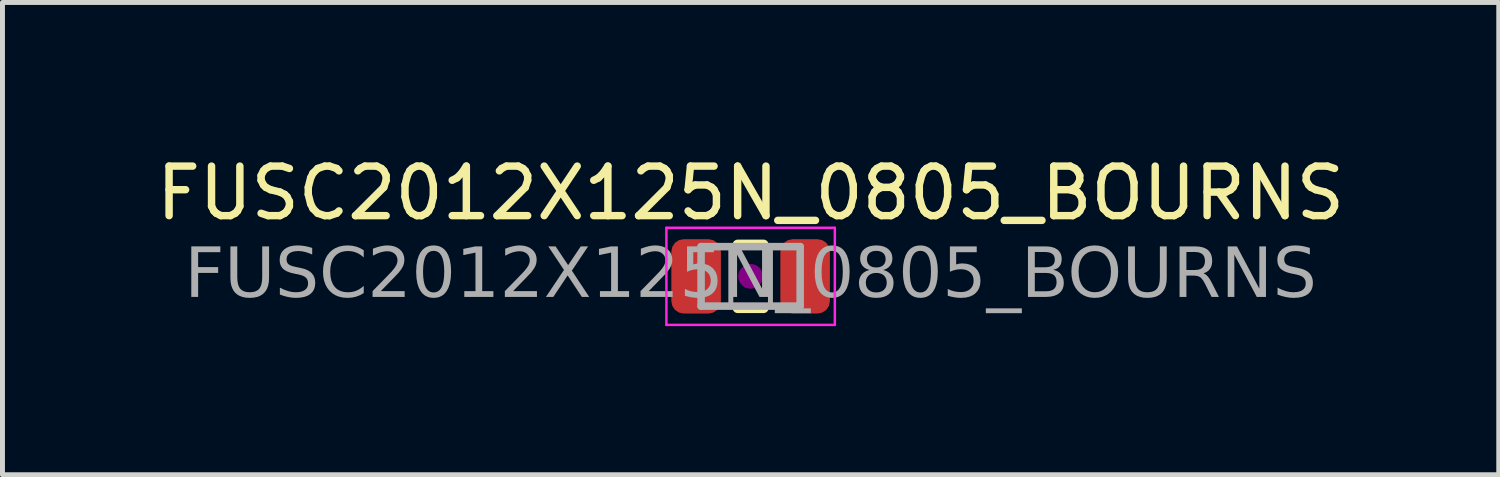
<source format=kicad_pcb>
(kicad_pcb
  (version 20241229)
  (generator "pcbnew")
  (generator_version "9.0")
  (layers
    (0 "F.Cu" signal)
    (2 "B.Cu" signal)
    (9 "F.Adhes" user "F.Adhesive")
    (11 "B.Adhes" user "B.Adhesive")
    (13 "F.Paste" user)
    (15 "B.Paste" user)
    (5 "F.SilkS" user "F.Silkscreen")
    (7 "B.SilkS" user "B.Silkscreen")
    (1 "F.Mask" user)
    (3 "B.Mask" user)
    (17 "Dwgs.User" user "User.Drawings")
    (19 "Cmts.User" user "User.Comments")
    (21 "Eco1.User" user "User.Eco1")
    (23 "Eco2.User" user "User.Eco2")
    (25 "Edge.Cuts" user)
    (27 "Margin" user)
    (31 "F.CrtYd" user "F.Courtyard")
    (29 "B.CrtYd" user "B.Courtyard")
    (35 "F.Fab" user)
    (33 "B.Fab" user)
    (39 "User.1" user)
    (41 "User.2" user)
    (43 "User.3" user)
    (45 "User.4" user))
  (footprint "FUSC2012X125N_0805_BOURNS"
    (layer "F.Cu")
    (at 12.101 2.528)
    (property "Reference" "FUSC2012X125N_0805_BOURNS" (at 0 -1.68 0) (layer "F.SilkS") (effects (font (size 1 1) (thickness 0.15))))
    (attr smd)
    (fp_line (start -0.261 -0.64) (end 0.261 -0.64) (stroke (width 0.203) (type solid)) (layer "F.SilkS"))
    (fp_line (start -0.261 0.64) (end 0.261 0.64) (stroke (width 0.203) (type solid)) (layer "F.SilkS"))
    (fp_circle (center 0 0) (end 0.25 0) (stroke (width 0) (type solid)) (fill yes) (layer "F.Adhes"))
    (fp_line (start -1.7 -0.98) (end 1.7 -0.98) (stroke (width 0.05) (type solid)) (layer "F.CrtYd"))
    (fp_line (start -1.7 0.98) (end -1.7 -0.98) (stroke (width 0.05) (type solid)) (layer "F.CrtYd"))
    (fp_line (start 1.7 -0.98) (end 1.7 0.98) (stroke (width 0.05) (type solid)) (layer "F.CrtYd"))
    (fp_line (start 1.7 0.98) (end -1.7 0.98) (stroke (width 0.05) (type solid)) (layer "F.CrtYd"))
    (fp_line (start -1 -0.6) (end 1 -0.6) (stroke (width 0.152) (type solid)) (layer "F.Fab"))
    (fp_line (start -1 0.6) (end -1 -0.6) (stroke (width 0.152) (type solid)) (layer "F.Fab"))
    (fp_line (start 1 -0.6) (end 1 0.6) (stroke (width 0.152) (type solid)) (layer "F.Fab"))
    (fp_line (start 1 0.6) (end -1 0.6) (stroke (width 0.152) (type solid)) (layer "F.Fab"))
    (fp_rect (start -1 -0.6) (end -0.4 0.6) (stroke (width 0.1) (type solid)) (fill no) (layer "F.Fab"))
    (fp_rect (start 0.4 -0.6) (end 1 0.6) (stroke (width 0.1) (type solid)) (fill no) (layer "F.Fab"))
    (fp_text user "${REFERENCE}" (at 0 0 0) (layer "F.Fab") (effects (font (face "Tahoma") (size 1 1) (thickness 0.15))))
    (pad "1" smd roundrect (at -1.1 0) (size 1 1.5) (layers "F.Cu" "F.Mask" "F.Paste") (roundrect_rratio 0.25))
    (pad "2" smd roundrect (at 1.1 0) (size 1 1.5) (layers "F.Cu" "F.Mask" "F.Paste") (roundrect_rratio 0.25)))
  (gr_rect
    (start -3 -3)
    (end 27.202 6.533)
    (stroke (width 0.1) (type default))
    (fill no)
    (layer "Edge.Cuts")))
</source>
